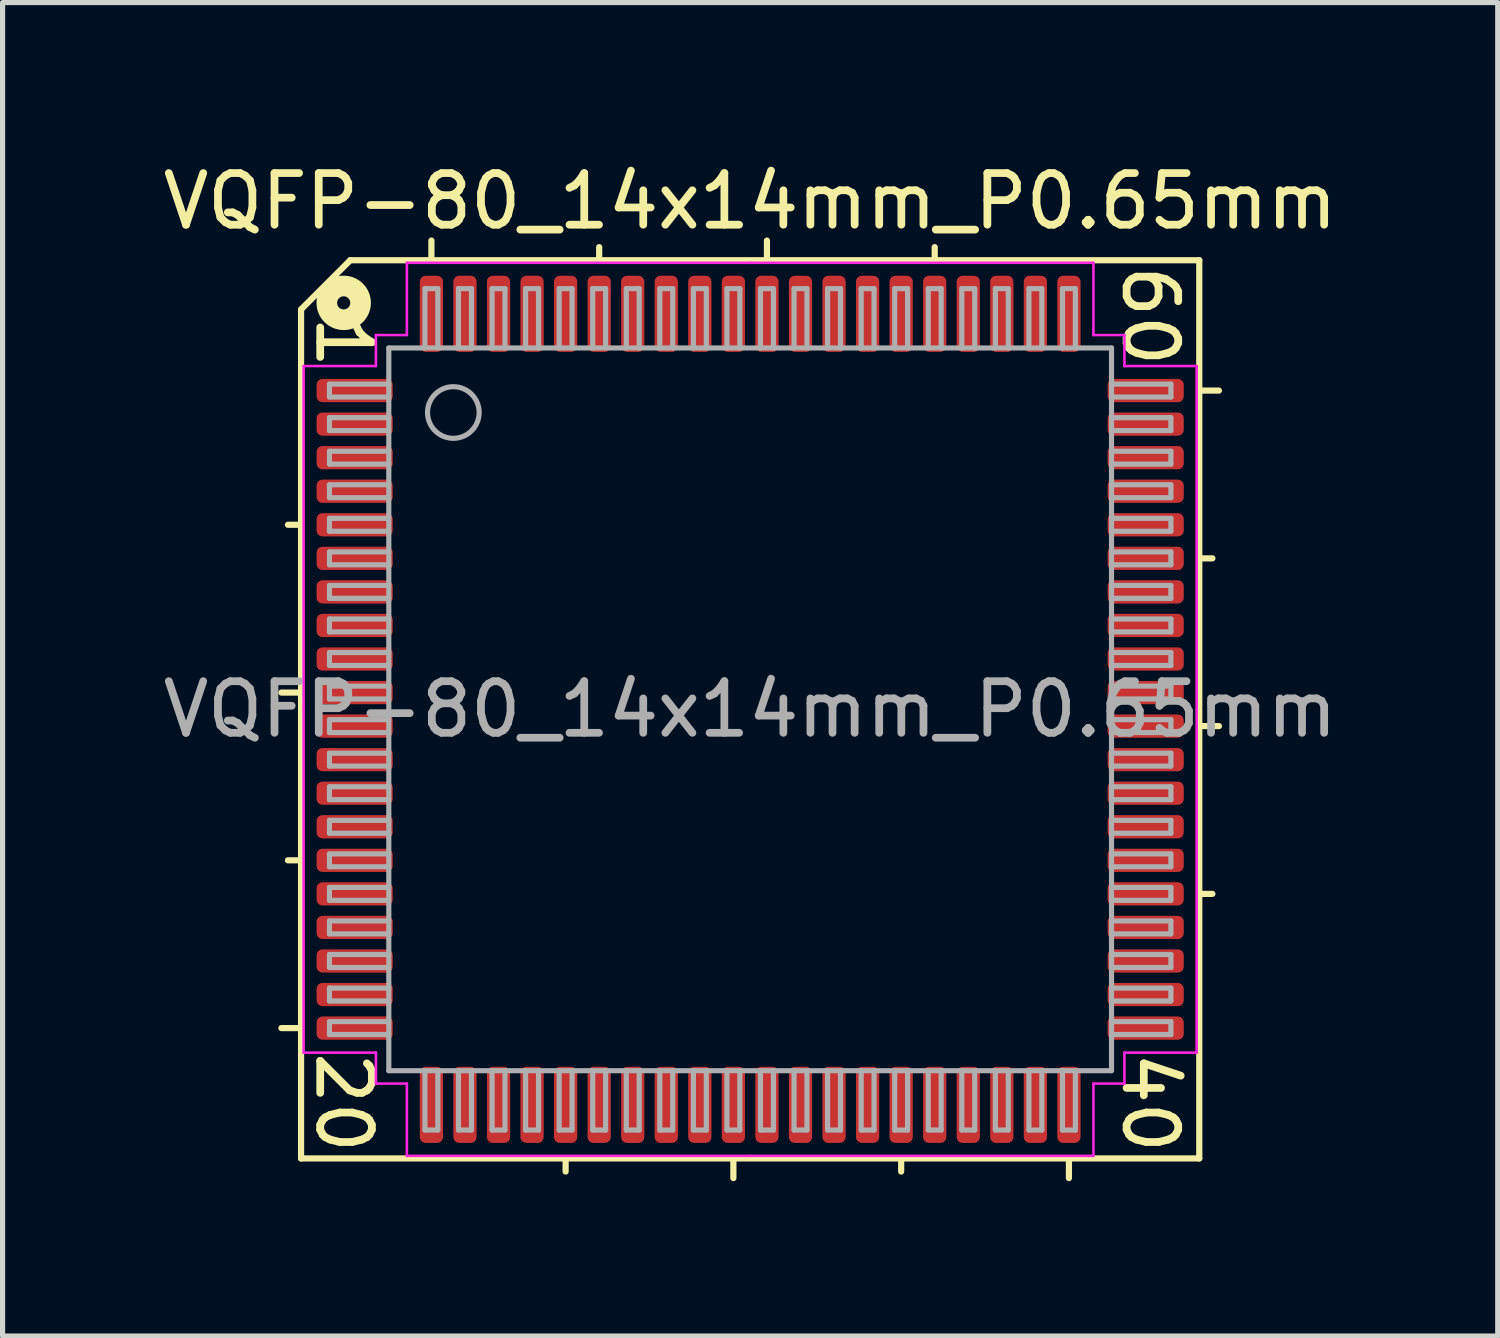
<source format=kicad_pcb>
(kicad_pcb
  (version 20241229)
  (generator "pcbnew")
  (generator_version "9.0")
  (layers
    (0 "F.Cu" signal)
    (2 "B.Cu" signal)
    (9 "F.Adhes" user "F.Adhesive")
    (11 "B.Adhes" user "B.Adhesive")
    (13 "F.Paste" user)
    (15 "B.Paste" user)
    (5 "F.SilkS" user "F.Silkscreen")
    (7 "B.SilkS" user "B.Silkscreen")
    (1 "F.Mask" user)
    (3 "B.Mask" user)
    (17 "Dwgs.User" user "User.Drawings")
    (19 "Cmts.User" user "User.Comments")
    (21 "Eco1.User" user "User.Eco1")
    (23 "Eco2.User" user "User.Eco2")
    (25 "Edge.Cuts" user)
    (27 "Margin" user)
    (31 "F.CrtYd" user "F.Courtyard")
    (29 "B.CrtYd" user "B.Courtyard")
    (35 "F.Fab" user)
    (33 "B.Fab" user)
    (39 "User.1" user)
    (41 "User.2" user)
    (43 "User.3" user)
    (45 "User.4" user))
  (footprint "VQFP-80_14x14mm_P0.65mm"
    (layer "F.Cu")
    (at 11.482 10.691)
    (property "Reference" "VQFP-80_14x14mm_P0.65mm" (at 0 -9.843 0) (layer "F.SilkS") (effects (font (size 1 1) (thickness 0.15))))
    (attr smd)
    (fp_line (start -8.7 -7.747) (end -8.7 8.7) (stroke (width 0.12) (type solid)) (layer "F.SilkS"))
    (fp_line (start -8.7 -3.575) (end -8.954 -3.575) (stroke (width 0.12) (type solid)) (layer "F.SilkS"))
    (fp_line (start -8.7 -0.325) (end -9.081 -0.325) (stroke (width 0.12) (type solid)) (layer "F.SilkS"))
    (fp_line (start -8.7 2.925) (end -8.954 2.925) (stroke (width 0.12) (type solid)) (layer "F.SilkS"))
    (fp_line (start -8.7 6.175) (end -9.081 6.175) (stroke (width 0.12) (type solid)) (layer "F.SilkS"))
    (fp_line (start -8.7 8.7) (end 8.7 8.7) (stroke (width 0.12) (type solid)) (layer "F.SilkS"))
    (fp_line (start -7.747 -8.7) (end -8.7 -7.747) (stroke (width 0.12) (type solid)) (layer "F.SilkS"))
    (fp_line (start -6.175 -8.7) (end -6.175 -9.081) (stroke (width 0.12) (type solid)) (layer "F.SilkS"))
    (fp_line (start -3.575 8.7) (end -3.575 8.954) (stroke (width 0.12) (type solid)) (layer "F.SilkS"))
    (fp_line (start -2.925 -8.7) (end -2.925 -8.954) (stroke (width 0.12) (type solid)) (layer "F.SilkS"))
    (fp_line (start -0.325 8.7) (end -0.325 9.081) (stroke (width 0.12) (type solid)) (layer "F.SilkS"))
    (fp_line (start 0.325 -8.7) (end 0.325 -9.081) (stroke (width 0.12) (type solid)) (layer "F.SilkS"))
    (fp_line (start 2.925 8.7) (end 2.925 8.954) (stroke (width 0.12) (type solid)) (layer "F.SilkS"))
    (fp_line (start 3.575 -8.7) (end 3.575 -8.954) (stroke (width 0.12) (type solid)) (layer "F.SilkS"))
    (fp_line (start 6.175 8.7) (end 6.175 9.081) (stroke (width 0.12) (type solid)) (layer "F.SilkS"))
    (fp_line (start 8.7 -8.7) (end -7.747 -8.7) (stroke (width 0.12) (type solid)) (layer "F.SilkS"))
    (fp_line (start 8.7 -6.175) (end 9.081 -6.175) (stroke (width 0.12) (type solid)) (layer "F.SilkS"))
    (fp_line (start 8.7 -2.925) (end 8.954 -2.925) (stroke (width 0.12) (type solid)) (layer "F.SilkS"))
    (fp_line (start 8.7 0.325) (end 9.081 0.325) (stroke (width 0.12) (type solid)) (layer "F.SilkS"))
    (fp_line (start 8.7 3.575) (end 8.954 3.575) (stroke (width 0.12) (type solid)) (layer "F.SilkS"))
    (fp_line (start 8.7 8.7) (end 8.7 -8.7) (stroke (width 0.12) (type solid)) (layer "F.SilkS"))
    (fp_circle (center -7.874 -7.874) (end -7.747 -7.874) (stroke (width 0.4) (type solid)) (fill no) (layer "F.SilkS"))
    (fp_line (start -8.65 -6.65) (end -8.65 0) (stroke (width 0.05) (type solid)) (layer "F.CrtYd"))
    (fp_line (start -8.65 6.65) (end -8.65 0) (stroke (width 0.05) (type solid)) (layer "F.CrtYd"))
    (fp_line (start -7.25 -7.25) (end -7.25 -6.65) (stroke (width 0.05) (type solid)) (layer "F.CrtYd"))
    (fp_line (start -7.25 -6.65) (end -8.65 -6.65) (stroke (width 0.05) (type solid)) (layer "F.CrtYd"))
    (fp_line (start -7.25 6.65) (end -8.65 6.65) (stroke (width 0.05) (type solid)) (layer "F.CrtYd"))
    (fp_line (start -7.25 7.25) (end -7.25 6.65) (stroke (width 0.05) (type solid)) (layer "F.CrtYd"))
    (fp_line (start -6.65 -8.65) (end -6.65 -7.25) (stroke (width 0.05) (type solid)) (layer "F.CrtYd"))
    (fp_line (start -6.65 -7.25) (end -7.25 -7.25) (stroke (width 0.05) (type solid)) (layer "F.CrtYd"))
    (fp_line (start -6.65 7.25) (end -7.25 7.25) (stroke (width 0.05) (type solid)) (layer "F.CrtYd"))
    (fp_line (start -6.65 8.65) (end -6.65 7.25) (stroke (width 0.05) (type solid)) (layer "F.CrtYd"))
    (fp_line (start 0 -8.65) (end -6.65 -8.65) (stroke (width 0.05) (type solid)) (layer "F.CrtYd"))
    (fp_line (start 0 -8.65) (end 6.65 -8.65) (stroke (width 0.05) (type solid)) (layer "F.CrtYd"))
    (fp_line (start 0 8.65) (end -6.65 8.65) (stroke (width 0.05) (type solid)) (layer "F.CrtYd"))
    (fp_line (start 0 8.65) (end 6.65 8.65) (stroke (width 0.05) (type solid)) (layer "F.CrtYd"))
    (fp_line (start 6.65 -8.65) (end 6.65 -7.25) (stroke (width 0.05) (type solid)) (layer "F.CrtYd"))
    (fp_line (start 6.65 -7.25) (end 7.25 -7.25) (stroke (width 0.05) (type solid)) (layer "F.CrtYd"))
    (fp_line (start 6.65 7.25) (end 7.25 7.25) (stroke (width 0.05) (type solid)) (layer "F.CrtYd"))
    (fp_line (start 6.65 8.65) (end 6.65 7.25) (stroke (width 0.05) (type solid)) (layer "F.CrtYd"))
    (fp_line (start 7.25 -7.25) (end 7.25 -6.65) (stroke (width 0.05) (type solid)) (layer "F.CrtYd"))
    (fp_line (start 7.25 -6.65) (end 8.65 -6.65) (stroke (width 0.05) (type solid)) (layer "F.CrtYd"))
    (fp_line (start 7.25 6.65) (end 8.65 6.65) (stroke (width 0.05) (type solid)) (layer "F.CrtYd"))
    (fp_line (start 7.25 7.25) (end 7.25 6.65) (stroke (width 0.05) (type solid)) (layer "F.CrtYd"))
    (fp_line (start 8.65 -6.65) (end 8.65 0) (stroke (width 0.05) (type solid)) (layer "F.CrtYd"))
    (fp_line (start 8.65 6.65) (end 8.65 0) (stroke (width 0.05) (type solid)) (layer "F.CrtYd"))
    (fp_line (start -8.15 -6.3) (end -8.15 -6.05) (stroke (width 0.1) (type solid)) (layer "F.Fab"))
    (fp_line (start -8.15 -6.3) (end -7 -6.3) (stroke (width 0.1) (type solid)) (layer "F.Fab"))
    (fp_line (start -8.15 -6.05) (end -7 -6.05) (stroke (width 0.1) (type solid)) (layer "F.Fab"))
    (fp_line (start -8.15 -5.65) (end -8.15 -5.4) (stroke (width 0.1) (type solid)) (layer "F.Fab"))
    (fp_line (start -8.15 -5.65) (end -7 -5.65) (stroke (width 0.1) (type solid)) (layer "F.Fab"))
    (fp_line (start -8.15 -5.4) (end -7 -5.4) (stroke (width 0.1) (type solid)) (layer "F.Fab"))
    (fp_line (start -8.15 -5) (end -8.15 -4.75) (stroke (width 0.1) (type solid)) (layer "F.Fab"))
    (fp_line (start -8.15 -5) (end -7 -5) (stroke (width 0.1) (type solid)) (layer "F.Fab"))
    (fp_line (start -8.15 -4.75) (end -7 -4.75) (stroke (width 0.1) (type solid)) (layer "F.Fab"))
    (fp_line (start -8.15 -4.35) (end -8.15 -4.1) (stroke (width 0.1) (type solid)) (layer "F.Fab"))
    (fp_line (start -8.15 -4.35) (end -7 -4.35) (stroke (width 0.1) (type solid)) (layer "F.Fab"))
    (fp_line (start -8.15 -4.1) (end -7 -4.1) (stroke (width 0.1) (type solid)) (layer "F.Fab"))
    (fp_line (start -8.15 -3.7) (end -8.15 -3.45) (stroke (width 0.1) (type solid)) (layer "F.Fab"))
    (fp_line (start -8.15 -3.7) (end -7 -3.7) (stroke (width 0.1) (type solid)) (layer "F.Fab"))
    (fp_line (start -8.15 -3.45) (end -7 -3.45) (stroke (width 0.1) (type solid)) (layer "F.Fab"))
    (fp_line (start -8.15 -3.05) (end -8.15 -2.8) (stroke (width 0.1) (type solid)) (layer "F.Fab"))
    (fp_line (start -8.15 -3.05) (end -7 -3.05) (stroke (width 0.1) (type solid)) (layer "F.Fab"))
    (fp_line (start -8.15 -2.8) (end -7 -2.8) (stroke (width 0.1) (type solid)) (layer "F.Fab"))
    (fp_line (start -8.15 -2.4) (end -8.15 -2.15) (stroke (width 0.1) (type solid)) (layer "F.Fab"))
    (fp_line (start -8.15 -2.4) (end -7 -2.4) (stroke (width 0.1) (type solid)) (layer "F.Fab"))
    (fp_line (start -8.15 -2.15) (end -7 -2.15) (stroke (width 0.1) (type solid)) (layer "F.Fab"))
    (fp_line (start -8.15 -1.75) (end -8.15 -1.5) (stroke (width 0.1) (type solid)) (layer "F.Fab"))
    (fp_line (start -8.15 -1.75) (end -7 -1.75) (stroke (width 0.1) (type solid)) (layer "F.Fab"))
    (fp_line (start -8.15 -1.5) (end -7 -1.5) (stroke (width 0.1) (type solid)) (layer "F.Fab"))
    (fp_line (start -8.15 -1.1) (end -8.15 -0.85) (stroke (width 0.1) (type solid)) (layer "F.Fab"))
    (fp_line (start -8.15 -1.1) (end -7 -1.1) (stroke (width 0.1) (type solid)) (layer "F.Fab"))
    (fp_line (start -8.15 -0.85) (end -7 -0.85) (stroke (width 0.1) (type solid)) (layer "F.Fab"))
    (fp_line (start -8.15 -0.45) (end -8.15 -0.2) (stroke (width 0.1) (type solid)) (layer "F.Fab"))
    (fp_line (start -8.15 -0.45) (end -7 -0.45) (stroke (width 0.1) (type solid)) (layer "F.Fab"))
    (fp_line (start -8.15 -0.2) (end -7 -0.2) (stroke (width 0.1) (type solid)) (layer "F.Fab"))
    (fp_line (start -8.15 0.2) (end -8.15 0.45) (stroke (width 0.1) (type solid)) (layer "F.Fab"))
    (fp_line (start -8.15 0.2) (end -7 0.2) (stroke (width 0.1) (type solid)) (layer "F.Fab"))
    (fp_line (start -8.15 0.45) (end -7 0.45) (stroke (width 0.1) (type solid)) (layer "F.Fab"))
    (fp_line (start -8.15 0.85) (end -8.15 1.1) (stroke (width 0.1) (type solid)) (layer "F.Fab"))
    (fp_line (start -8.15 0.85) (end -7 0.85) (stroke (width 0.1) (type solid)) (layer "F.Fab"))
    (fp_line (start -8.15 1.1) (end -7 1.1) (stroke (width 0.1) (type solid)) (layer "F.Fab"))
    (fp_line (start -8.15 1.5) (end -8.15 1.75) (stroke (width 0.1) (type solid)) (layer "F.Fab"))
    (fp_line (start -8.15 1.5) (end -7 1.5) (stroke (width 0.1) (type solid)) (layer "F.Fab"))
    (fp_line (start -8.15 1.75) (end -7 1.75) (stroke (width 0.1) (type solid)) (layer "F.Fab"))
    (fp_line (start -8.15 2.15) (end -8.15 2.4) (stroke (width 0.1) (type solid)) (layer "F.Fab"))
    (fp_line (start -8.15 2.15) (end -7 2.15) (stroke (width 0.1) (type solid)) (layer "F.Fab"))
    (fp_line (start -8.15 2.4) (end -7 2.4) (stroke (width 0.1) (type solid)) (layer "F.Fab"))
    (fp_line (start -8.15 2.8) (end -8.15 3.05) (stroke (width 0.1) (type solid)) (layer "F.Fab"))
    (fp_line (start -8.15 2.8) (end -7 2.8) (stroke (width 0.1) (type solid)) (layer "F.Fab"))
    (fp_line (start -8.15 3.05) (end -7 3.05) (stroke (width 0.1) (type solid)) (layer "F.Fab"))
    (fp_line (start -8.15 3.45) (end -8.15 3.7) (stroke (width 0.1) (type solid)) (layer "F.Fab"))
    (fp_line (start -8.15 3.45) (end -7 3.45) (stroke (width 0.1) (type solid)) (layer "F.Fab"))
    (fp_line (start -8.15 3.7) (end -7 3.7) (stroke (width 0.1) (type solid)) (layer "F.Fab"))
    (fp_line (start -8.15 4.1) (end -8.15 4.35) (stroke (width 0.1) (type solid)) (layer "F.Fab"))
    (fp_line (start -8.15 4.1) (end -7 4.1) (stroke (width 0.1) (type solid)) (layer "F.Fab"))
    (fp_line (start -8.15 4.35) (end -7 4.35) (stroke (width 0.1) (type solid)) (layer "F.Fab"))
    (fp_line (start -8.15 4.75) (end -8.15 5) (stroke (width 0.1) (type solid)) (layer "F.Fab"))
    (fp_line (start -8.15 4.75) (end -7 4.75) (stroke (width 0.1) (type solid)) (layer "F.Fab"))
    (fp_line (start -8.15 5) (end -7 5) (stroke (width 0.1) (type solid)) (layer "F.Fab"))
    (fp_line (start -8.15 5.4) (end -8.15 5.65) (stroke (width 0.1) (type solid)) (layer "F.Fab"))
    (fp_line (start -8.15 5.4) (end -7 5.4) (stroke (width 0.1) (type solid)) (layer "F.Fab"))
    (fp_line (start -8.15 5.65) (end -7 5.65) (stroke (width 0.1) (type solid)) (layer "F.Fab"))
    (fp_line (start -8.15 6.05) (end -8.15 6.3) (stroke (width 0.1) (type solid)) (layer "F.Fab"))
    (fp_line (start -8.15 6.05) (end -7 6.05) (stroke (width 0.1) (type solid)) (layer "F.Fab"))
    (fp_line (start -8.15 6.3) (end -7 6.3) (stroke (width 0.1) (type solid)) (layer "F.Fab"))
    (fp_line (start -7 -7) (end 7 -7) (stroke (width 0.1) (type solid)) (layer "F.Fab"))
    (fp_line (start -7 7) (end -7 -7) (stroke (width 0.1) (type solid)) (layer "F.Fab"))
    (fp_line (start -6.3 -8.15) (end -6.3 -7) (stroke (width 0.1) (type solid)) (layer "F.Fab"))
    (fp_line (start -6.3 8.15) (end -6.3 7) (stroke (width 0.1) (type solid)) (layer "F.Fab"))
    (fp_line (start -6.3 8.15) (end -6.05 8.15) (stroke (width 0.1) (type solid)) (layer "F.Fab"))
    (fp_line (start -6.05 -8.15) (end -6.3 -8.15) (stroke (width 0.1) (type solid)) (layer "F.Fab"))
    (fp_line (start -6.05 -8.15) (end -6.05 -7) (stroke (width 0.1) (type solid)) (layer "F.Fab"))
    (fp_line (start -6.05 8.15) (end -6.05 7) (stroke (width 0.1) (type solid)) (layer "F.Fab"))
    (fp_line (start -5.65 -8.15) (end -5.65 -7) (stroke (width 0.1) (type solid)) (layer "F.Fab"))
    (fp_line (start -5.65 8.15) (end -5.65 7) (stroke (width 0.1) (type solid)) (layer "F.Fab"))
    (fp_line (start -5.65 8.15) (end -5.4 8.15) (stroke (width 0.1) (type solid)) (layer "F.Fab"))
    (fp_line (start -5.4 -8.15) (end -5.65 -8.15) (stroke (width 0.1) (type solid)) (layer "F.Fab"))
    (fp_line (start -5.4 -8.15) (end -5.4 -7) (stroke (width 0.1) (type solid)) (layer "F.Fab"))
    (fp_line (start -5.4 8.15) (end -5.4 7) (stroke (width 0.1) (type solid)) (layer "F.Fab"))
    (fp_line (start -5 -8.15) (end -5 -7) (stroke (width 0.1) (type solid)) (layer "F.Fab"))
    (fp_line (start -5 8.15) (end -5 7) (stroke (width 0.1) (type solid)) (layer "F.Fab"))
    (fp_line (start -5 8.15) (end -4.75 8.15) (stroke (width 0.1) (type solid)) (layer "F.Fab"))
    (fp_line (start -4.75 -8.15) (end -5 -8.15) (stroke (width 0.1) (type solid)) (layer "F.Fab"))
    (fp_line (start -4.75 -8.15) (end -4.75 -7) (stroke (width 0.1) (type solid)) (layer "F.Fab"))
    (fp_line (start -4.75 8.15) (end -4.75 7) (stroke (width 0.1) (type solid)) (layer "F.Fab"))
    (fp_line (start -4.35 -8.15) (end -4.35 -7) (stroke (width 0.1) (type solid)) (layer "F.Fab"))
    (fp_line (start -4.35 8.15) (end -4.35 7) (stroke (width 0.1) (type solid)) (layer "F.Fab"))
    (fp_line (start -4.35 8.15) (end -4.1 8.15) (stroke (width 0.1) (type solid)) (layer "F.Fab"))
    (fp_line (start -4.1 -8.15) (end -4.35 -8.15) (stroke (width 0.1) (type solid)) (layer "F.Fab"))
    (fp_line (start -4.1 -8.15) (end -4.1 -7) (stroke (width 0.1) (type solid)) (layer "F.Fab"))
    (fp_line (start -4.1 8.15) (end -4.1 7) (stroke (width 0.1) (type solid)) (layer "F.Fab"))
    (fp_line (start -3.7 -8.15) (end -3.7 -7) (stroke (width 0.1) (type solid)) (layer "F.Fab"))
    (fp_line (start -3.7 8.15) (end -3.7 7) (stroke (width 0.1) (type solid)) (layer "F.Fab"))
    (fp_line (start -3.7 8.15) (end -3.45 8.15) (stroke (width 0.1) (type solid)) (layer "F.Fab"))
    (fp_line (start -3.45 -8.15) (end -3.7 -8.15) (stroke (width 0.1) (type solid)) (layer "F.Fab"))
    (fp_line (start -3.45 -8.15) (end -3.45 -7) (stroke (width 0.1) (type solid)) (layer "F.Fab"))
    (fp_line (start -3.45 8.15) (end -3.45 7) (stroke (width 0.1) (type solid)) (layer "F.Fab"))
    (fp_line (start -3.05 -8.15) (end -3.05 -7) (stroke (width 0.1) (type solid)) (layer "F.Fab"))
    (fp_line (start -3.05 8.15) (end -3.05 7) (stroke (width 0.1) (type solid)) (layer "F.Fab"))
    (fp_line (start -3.05 8.15) (end -2.8 8.15) (stroke (width 0.1) (type solid)) (layer "F.Fab"))
    (fp_line (start -2.8 -8.15) (end -3.05 -8.15) (stroke (width 0.1) (type solid)) (layer "F.Fab"))
    (fp_line (start -2.8 -8.15) (end -2.8 -7) (stroke (width 0.1) (type solid)) (layer "F.Fab"))
    (fp_line (start -2.8 8.15) (end -2.8 7) (stroke (width 0.1) (type solid)) (layer "F.Fab"))
    (fp_line (start -2.4 -8.15) (end -2.4 -7) (stroke (width 0.1) (type solid)) (layer "F.Fab"))
    (fp_line (start -2.4 8.15) (end -2.4 7) (stroke (width 0.1) (type solid)) (layer "F.Fab"))
    (fp_line (start -2.4 8.15) (end -2.15 8.15) (stroke (width 0.1) (type solid)) (layer "F.Fab"))
    (fp_line (start -2.15 -8.15) (end -2.4 -8.15) (stroke (width 0.1) (type solid)) (layer "F.Fab"))
    (fp_line (start -2.15 -8.15) (end -2.15 -7) (stroke (width 0.1) (type solid)) (layer "F.Fab"))
    (fp_line (start -2.15 8.15) (end -2.15 7) (stroke (width 0.1) (type solid)) (layer "F.Fab"))
    (fp_line (start -1.75 -8.15) (end -1.75 -7) (stroke (width 0.1) (type solid)) (layer "F.Fab"))
    (fp_line (start -1.75 8.15) (end -1.75 7) (stroke (width 0.1) (type solid)) (layer "F.Fab"))
    (fp_line (start -1.75 8.15) (end -1.5 8.15) (stroke (width 0.1) (type solid)) (layer "F.Fab"))
    (fp_line (start -1.5 -8.15) (end -1.75 -8.15) (stroke (width 0.1) (type solid)) (layer "F.Fab"))
    (fp_line (start -1.5 -8.15) (end -1.5 -7) (stroke (width 0.1) (type solid)) (layer "F.Fab"))
    (fp_line (start -1.5 8.15) (end -1.5 7) (stroke (width 0.1) (type solid)) (layer "F.Fab"))
    (fp_line (start -1.1 -8.15) (end -1.1 -7) (stroke (width 0.1) (type solid)) (layer "F.Fab"))
    (fp_line (start -1.1 8.15) (end -1.1 7) (stroke (width 0.1) (type solid)) (layer "F.Fab"))
    (fp_line (start -1.1 8.15) (end -0.85 8.15) (stroke (width 0.1) (type solid)) (layer "F.Fab"))
    (fp_line (start -0.85 -8.15) (end -1.1 -8.15) (stroke (width 0.1) (type solid)) (layer "F.Fab"))
    (fp_line (start -0.85 -8.15) (end -0.85 -7) (stroke (width 0.1) (type solid)) (layer "F.Fab"))
    (fp_line (start -0.85 8.15) (end -0.85 7) (stroke (width 0.1) (type solid)) (layer "F.Fab"))
    (fp_line (start -0.45 -8.15) (end -0.45 -7) (stroke (width 0.1) (type solid)) (layer "F.Fab"))
    (fp_line (start -0.45 8.15) (end -0.45 7) (stroke (width 0.1) (type solid)) (layer "F.Fab"))
    (fp_line (start -0.45 8.15) (end -0.2 8.15) (stroke (width 0.1) (type solid)) (layer "F.Fab"))
    (fp_line (start -0.2 -8.15) (end -0.45 -8.15) (stroke (width 0.1) (type solid)) (layer "F.Fab"))
    (fp_line (start -0.2 -8.15) (end -0.2 -7) (stroke (width 0.1) (type solid)) (layer "F.Fab"))
    (fp_line (start -0.2 8.15) (end -0.2 7) (stroke (width 0.1) (type solid)) (layer "F.Fab"))
    (fp_line (start 0.2 -8.15) (end 0.2 -7) (stroke (width 0.1) (type solid)) (layer "F.Fab"))
    (fp_line (start 0.2 8.15) (end 0.2 7) (stroke (width 0.1) (type solid)) (layer "F.Fab"))
    (fp_line (start 0.2 8.15) (end 0.45 8.15) (stroke (width 0.1) (type solid)) (layer "F.Fab"))
    (fp_line (start 0.45 -8.15) (end 0.2 -8.15) (stroke (width 0.1) (type solid)) (layer "F.Fab"))
    (fp_line (start 0.45 -8.15) (end 0.45 -7) (stroke (width 0.1) (type solid)) (layer "F.Fab"))
    (fp_line (start 0.45 8.15) (end 0.45 7) (stroke (width 0.1) (type solid)) (layer "F.Fab"))
    (fp_line (start 0.85 -8.15) (end 0.85 -7) (stroke (width 0.1) (type solid)) (layer "F.Fab"))
    (fp_line (start 0.85 8.15) (end 0.85 7) (stroke (width 0.1) (type solid)) (layer "F.Fab"))
    (fp_line (start 0.85 8.15) (end 1.1 8.15) (stroke (width 0.1) (type solid)) (layer "F.Fab"))
    (fp_line (start 1.1 -8.15) (end 0.85 -8.15) (stroke (width 0.1) (type solid)) (layer "F.Fab"))
    (fp_line (start 1.1 -8.15) (end 1.1 -7) (stroke (width 0.1) (type solid)) (layer "F.Fab"))
    (fp_line (start 1.1 8.15) (end 1.1 7) (stroke (width 0.1) (type solid)) (layer "F.Fab"))
    (fp_line (start 1.5 -8.15) (end 1.5 -7) (stroke (width 0.1) (type solid)) (layer "F.Fab"))
    (fp_line (start 1.5 8.15) (end 1.5 7) (stroke (width 0.1) (type solid)) (layer "F.Fab"))
    (fp_line (start 1.5 8.15) (end 1.75 8.15) (stroke (width 0.1) (type solid)) (layer "F.Fab"))
    (fp_line (start 1.75 -8.15) (end 1.5 -8.15) (stroke (width 0.1) (type solid)) (layer "F.Fab"))
    (fp_line (start 1.75 -8.15) (end 1.75 -7) (stroke (width 0.1) (type solid)) (layer "F.Fab"))
    (fp_line (start 1.75 8.15) (end 1.75 7) (stroke (width 0.1) (type solid)) (layer "F.Fab"))
    (fp_line (start 2.15 -8.15) (end 2.15 -7) (stroke (width 0.1) (type solid)) (layer "F.Fab"))
    (fp_line (start 2.15 8.15) (end 2.15 7) (stroke (width 0.1) (type solid)) (layer "F.Fab"))
    (fp_line (start 2.15 8.15) (end 2.4 8.15) (stroke (width 0.1) (type solid)) (layer "F.Fab"))
    (fp_line (start 2.4 -8.15) (end 2.15 -8.15) (stroke (width 0.1) (type solid)) (layer "F.Fab"))
    (fp_line (start 2.4 -8.15) (end 2.4 -7) (stroke (width 0.1) (type solid)) (layer "F.Fab"))
    (fp_line (start 2.4 8.15) (end 2.4 7) (stroke (width 0.1) (type solid)) (layer "F.Fab"))
    (fp_line (start 2.8 -8.15) (end 2.8 -7) (stroke (width 0.1) (type solid)) (layer "F.Fab"))
    (fp_line (start 2.8 8.15) (end 2.8 7) (stroke (width 0.1) (type solid)) (layer "F.Fab"))
    (fp_line (start 2.8 8.15) (end 3.05 8.15) (stroke (width 0.1) (type solid)) (layer "F.Fab"))
    (fp_line (start 3.05 -8.15) (end 2.8 -8.15) (stroke (width 0.1) (type solid)) (layer "F.Fab"))
    (fp_line (start 3.05 -8.15) (end 3.05 -7) (stroke (width 0.1) (type solid)) (layer "F.Fab"))
    (fp_line (start 3.05 8.15) (end 3.05 7) (stroke (width 0.1) (type solid)) (layer "F.Fab"))
    (fp_line (start 3.45 -8.15) (end 3.45 -7) (stroke (width 0.1) (type solid)) (layer "F.Fab"))
    (fp_line (start 3.45 8.15) (end 3.45 7) (stroke (width 0.1) (type solid)) (layer "F.Fab"))
    (fp_line (start 3.45 8.15) (end 3.7 8.15) (stroke (width 0.1) (type solid)) (layer "F.Fab"))
    (fp_line (start 3.7 -8.15) (end 3.45 -8.15) (stroke (width 0.1) (type solid)) (layer "F.Fab"))
    (fp_line (start 3.7 -8.15) (end 3.7 -7) (stroke (width 0.1) (type solid)) (layer "F.Fab"))
    (fp_line (start 3.7 8.15) (end 3.7 7) (stroke (width 0.1) (type solid)) (layer "F.Fab"))
    (fp_line (start 4.1 -8.15) (end 4.1 -7) (stroke (width 0.1) (type solid)) (layer "F.Fab"))
    (fp_line (start 4.1 8.15) (end 4.1 7) (stroke (width 0.1) (type solid)) (layer "F.Fab"))
    (fp_line (start 4.1 8.15) (end 4.35 8.15) (stroke (width 0.1) (type solid)) (layer "F.Fab"))
    (fp_line (start 4.35 -8.15) (end 4.1 -8.15) (stroke (width 0.1) (type solid)) (layer "F.Fab"))
    (fp_line (start 4.35 -8.15) (end 4.35 -7) (stroke (width 0.1) (type solid)) (layer "F.Fab"))
    (fp_line (start 4.35 8.15) (end 4.35 7) (stroke (width 0.1) (type solid)) (layer "F.Fab"))
    (fp_line (start 4.75 -8.15) (end 4.75 -7) (stroke (width 0.1) (type solid)) (layer "F.Fab"))
    (fp_line (start 4.75 8.15) (end 4.75 7) (stroke (width 0.1) (type solid)) (layer "F.Fab"))
    (fp_line (start 4.75 8.15) (end 5 8.15) (stroke (width 0.1) (type solid)) (layer "F.Fab"))
    (fp_line (start 5 -8.15) (end 4.75 -8.15) (stroke (width 0.1) (type solid)) (layer "F.Fab"))
    (fp_line (start 5 -8.15) (end 5 -7) (stroke (width 0.1) (type solid)) (layer "F.Fab"))
    (fp_line (start 5 8.15) (end 5 7) (stroke (width 0.1) (type solid)) (layer "F.Fab"))
    (fp_line (start 5.4 -8.15) (end 5.4 -7) (stroke (width 0.1) (type solid)) (layer "F.Fab"))
    (fp_line (start 5.4 8.15) (end 5.4 7) (stroke (width 0.1) (type solid)) (layer "F.Fab"))
    (fp_line (start 5.4 8.15) (end 5.65 8.15) (stroke (width 0.1) (type solid)) (layer "F.Fab"))
    (fp_line (start 5.65 -8.15) (end 5.4 -8.15) (stroke (width 0.1) (type solid)) (layer "F.Fab"))
    (fp_line (start 5.65 -8.15) (end 5.65 -7) (stroke (width 0.1) (type solid)) (layer "F.Fab"))
    (fp_line (start 5.65 8.15) (end 5.65 7) (stroke (width 0.1) (type solid)) (layer "F.Fab"))
    (fp_line (start 6.05 -8.15) (end 6.05 -7) (stroke (width 0.1) (type solid)) (layer "F.Fab"))
    (fp_line (start 6.05 8.15) (end 6.05 7) (stroke (width 0.1) (type solid)) (layer "F.Fab"))
    (fp_line (start 6.05 8.15) (end 6.3 8.15) (stroke (width 0.1) (type solid)) (layer "F.Fab"))
    (fp_line (start 6.3 -8.15) (end 6.05 -8.15) (stroke (width 0.1) (type solid)) (layer "F.Fab"))
    (fp_line (start 6.3 -8.15) (end 6.3 -7) (stroke (width 0.1) (type solid)) (layer "F.Fab"))
    (fp_line (start 6.3 8.15) (end 6.3 7) (stroke (width 0.1) (type solid)) (layer "F.Fab"))
    (fp_line (start 7 -7) (end 7 7) (stroke (width 0.1) (type solid)) (layer "F.Fab"))
    (fp_line (start 7 7) (end -7 7) (stroke (width 0.1) (type solid)) (layer "F.Fab"))
    (fp_line (start 8.15 -6.3) (end 7 -6.3) (stroke (width 0.1) (type solid)) (layer "F.Fab"))
    (fp_line (start 8.15 -6.05) (end 7 -6.05) (stroke (width 0.1) (type solid)) (layer "F.Fab"))
    (fp_line (start 8.15 -6.05) (end 8.15 -6.3) (stroke (width 0.1) (type solid)) (layer "F.Fab"))
    (fp_line (start 8.15 -5.65) (end 7 -5.65) (stroke (width 0.1) (type solid)) (layer "F.Fab"))
    (fp_line (start 8.15 -5.4) (end 7 -5.4) (stroke (width 0.1) (type solid)) (layer "F.Fab"))
    (fp_line (start 8.15 -5.4) (end 8.15 -5.65) (stroke (width 0.1) (type solid)) (layer "F.Fab"))
    (fp_line (start 8.15 -5) (end 7 -5) (stroke (width 0.1) (type solid)) (layer "F.Fab"))
    (fp_line (start 8.15 -4.75) (end 7 -4.75) (stroke (width 0.1) (type solid)) (layer "F.Fab"))
    (fp_line (start 8.15 -4.75) (end 8.15 -5) (stroke (width 0.1) (type solid)) (layer "F.Fab"))
    (fp_line (start 8.15 -4.35) (end 7 -4.35) (stroke (width 0.1) (type solid)) (layer "F.Fab"))
    (fp_line (start 8.15 -4.1) (end 7 -4.1) (stroke (width 0.1) (type solid)) (layer "F.Fab"))
    (fp_line (start 8.15 -4.1) (end 8.15 -4.35) (stroke (width 0.1) (type solid)) (layer "F.Fab"))
    (fp_line (start 8.15 -3.7) (end 7 -3.7) (stroke (width 0.1) (type solid)) (layer "F.Fab"))
    (fp_line (start 8.15 -3.45) (end 7 -3.45) (stroke (width 0.1) (type solid)) (layer "F.Fab"))
    (fp_line (start 8.15 -3.45) (end 8.15 -3.7) (stroke (width 0.1) (type solid)) (layer "F.Fab"))
    (fp_line (start 8.15 -3.05) (end 7 -3.05) (stroke (width 0.1) (type solid)) (layer "F.Fab"))
    (fp_line (start 8.15 -2.8) (end 7 -2.8) (stroke (width 0.1) (type solid)) (layer "F.Fab"))
    (fp_line (start 8.15 -2.8) (end 8.15 -3.05) (stroke (width 0.1) (type solid)) (layer "F.Fab"))
    (fp_line (start 8.15 -2.4) (end 7 -2.4) (stroke (width 0.1) (type solid)) (layer "F.Fab"))
    (fp_line (start 8.15 -2.15) (end 7 -2.15) (stroke (width 0.1) (type solid)) (layer "F.Fab"))
    (fp_line (start 8.15 -2.15) (end 8.15 -2.4) (stroke (width 0.1) (type solid)) (layer "F.Fab"))
    (fp_line (start 8.15 -1.75) (end 7 -1.75) (stroke (width 0.1) (type solid)) (layer "F.Fab"))
    (fp_line (start 8.15 -1.5) (end 7 -1.5) (stroke (width 0.1) (type solid)) (layer "F.Fab"))
    (fp_line (start 8.15 -1.5) (end 8.15 -1.75) (stroke (width 0.1) (type solid)) (layer "F.Fab"))
    (fp_line (start 8.15 -1.1) (end 7 -1.1) (stroke (width 0.1) (type solid)) (layer "F.Fab"))
    (fp_line (start 8.15 -0.85) (end 7 -0.85) (stroke (width 0.1) (type solid)) (layer "F.Fab"))
    (fp_line (start 8.15 -0.85) (end 8.15 -1.1) (stroke (width 0.1) (type solid)) (layer "F.Fab"))
    (fp_line (start 8.15 -0.45) (end 7 -0.45) (stroke (width 0.1) (type solid)) (layer "F.Fab"))
    (fp_line (start 8.15 -0.2) (end 7 -0.2) (stroke (width 0.1) (type solid)) (layer "F.Fab"))
    (fp_line (start 8.15 -0.2) (end 8.15 -0.45) (stroke (width 0.1) (type solid)) (layer "F.Fab"))
    (fp_line (start 8.15 0.2) (end 7 0.2) (stroke (width 0.1) (type solid)) (layer "F.Fab"))
    (fp_line (start 8.15 0.45) (end 7 0.45) (stroke (width 0.1) (type solid)) (layer "F.Fab"))
    (fp_line (start 8.15 0.45) (end 8.15 0.2) (stroke (width 0.1) (type solid)) (layer "F.Fab"))
    (fp_line (start 8.15 0.85) (end 7 0.85) (stroke (width 0.1) (type solid)) (layer "F.Fab"))
    (fp_line (start 8.15 1.1) (end 7 1.1) (stroke (width 0.1) (type solid)) (layer "F.Fab"))
    (fp_line (start 8.15 1.1) (end 8.15 0.85) (stroke (width 0.1) (type solid)) (layer "F.Fab"))
    (fp_line (start 8.15 1.5) (end 7 1.5) (stroke (width 0.1) (type solid)) (layer "F.Fab"))
    (fp_line (start 8.15 1.75) (end 7 1.75) (stroke (width 0.1) (type solid)) (layer "F.Fab"))
    (fp_line (start 8.15 1.75) (end 8.15 1.5) (stroke (width 0.1) (type solid)) (layer "F.Fab"))
    (fp_line (start 8.15 2.15) (end 7 2.15) (stroke (width 0.1) (type solid)) (layer "F.Fab"))
    (fp_line (start 8.15 2.4) (end 7 2.4) (stroke (width 0.1) (type solid)) (layer "F.Fab"))
    (fp_line (start 8.15 2.4) (end 8.15 2.15) (stroke (width 0.1) (type solid)) (layer "F.Fab"))
    (fp_line (start 8.15 2.8) (end 7 2.8) (stroke (width 0.1) (type solid)) (layer "F.Fab"))
    (fp_line (start 8.15 3.05) (end 7 3.05) (stroke (width 0.1) (type solid)) (layer "F.Fab"))
    (fp_line (start 8.15 3.05) (end 8.15 2.8) (stroke (width 0.1) (type solid)) (layer "F.Fab"))
    (fp_line (start 8.15 3.45) (end 7 3.45) (stroke (width 0.1) (type solid)) (layer "F.Fab"))
    (fp_line (start 8.15 3.7) (end 7 3.7) (stroke (width 0.1) (type solid)) (layer "F.Fab"))
    (fp_line (start 8.15 3.7) (end 8.15 3.45) (stroke (width 0.1) (type solid)) (layer "F.Fab"))
    (fp_line (start 8.15 4.1) (end 7 4.1) (stroke (width 0.1) (type solid)) (layer "F.Fab"))
    (fp_line (start 8.15 4.35) (end 7 4.35) (stroke (width 0.1) (type solid)) (layer "F.Fab"))
    (fp_line (start 8.15 4.35) (end 8.15 4.1) (stroke (width 0.1) (type solid)) (layer "F.Fab"))
    (fp_line (start 8.15 4.75) (end 7 4.75) (stroke (width 0.1) (type solid)) (layer "F.Fab"))
    (fp_line (start 8.15 5) (end 7 5) (stroke (width 0.1) (type solid)) (layer "F.Fab"))
    (fp_line (start 8.15 5) (end 8.15 4.75) (stroke (width 0.1) (type solid)) (layer "F.Fab"))
    (fp_line (start 8.15 5.4) (end 7 5.4) (stroke (width 0.1) (type solid)) (layer "F.Fab"))
    (fp_line (start 8.15 5.65) (end 7 5.65) (stroke (width 0.1) (type solid)) (layer "F.Fab"))
    (fp_line (start 8.15 5.65) (end 8.15 5.4) (stroke (width 0.1) (type solid)) (layer "F.Fab"))
    (fp_line (start 8.15 6.05) (end 7 6.05) (stroke (width 0.1) (type solid)) (layer "F.Fab"))
    (fp_line (start 8.15 6.3) (end 7 6.3) (stroke (width 0.1) (type solid)) (layer "F.Fab"))
    (fp_line (start 8.15 6.3) (end 8.15 6.05) (stroke (width 0.1) (type solid)) (layer "F.Fab"))
    (fp_circle (center -5.75 -5.75) (end -5.25 -5.75) (stroke (width 0.1) (type solid)) (fill no) (layer "F.Fab"))
    (fp_text user "20" (at -7.874 7.62 270) (unlocked yes) (layer "F.SilkS") (effects (font (size 1 1) (thickness 0.15))))
    (fp_text user "60" (at 7.747 -7.62 270) (unlocked yes) (layer "F.SilkS") (effects (font (size 1 1) (thickness 0.15))))
    (fp_text user "1" (at -7.874 -7.112 270) (unlocked yes) (layer "F.SilkS") (effects (font (size 1 1) (thickness 0.15))))
    (fp_text user "40" (at 7.747 7.62 270) (unlocked yes) (layer "F.SilkS") (effects (font (size 1 1) (thickness 0.15))))
    (fp_text user "${REFERENCE}" (at 0 0 0) (layer "F.Fab") (effects (font (size 1 1) (thickness 0.15))))
    (pad "1" smd roundrect (at -7.662 -6.175) (size 1.475 0.45) (layers "F.Cu" "F.Mask" "F.Paste") (roundrect_rratio 0.25))
    (pad "2" smd roundrect (at -7.662 -5.525) (size 1.475 0.45) (layers "F.Cu" "F.Mask" "F.Paste") (roundrect_rratio 0.25))
    (pad "3" smd roundrect (at -7.662 -4.875) (size 1.475 0.45) (layers "F.Cu" "F.Mask" "F.Paste") (roundrect_rratio 0.25))
    (pad "4" smd roundrect (at -7.662 -4.225) (size 1.475 0.45) (layers "F.Cu" "F.Mask" "F.Paste") (roundrect_rratio 0.25))
    (pad "5" smd roundrect (at -7.662 -3.575) (size 1.475 0.45) (layers "F.Cu" "F.Mask" "F.Paste") (roundrect_rratio 0.25))
    (pad "6" smd roundrect (at -7.662 -2.925) (size 1.475 0.45) (layers "F.Cu" "F.Mask" "F.Paste") (roundrect_rratio 0.25))
    (pad "7" smd roundrect (at -7.662 -2.275) (size 1.475 0.45) (layers "F.Cu" "F.Mask" "F.Paste") (roundrect_rratio 0.25))
    (pad "8" smd roundrect (at -7.662 -1.625) (size 1.475 0.45) (layers "F.Cu" "F.Mask" "F.Paste") (roundrect_rratio 0.25))
    (pad "9" smd roundrect (at -7.662 -0.975) (size 1.475 0.45) (layers "F.Cu" "F.Mask" "F.Paste") (roundrect_rratio 0.25))
    (pad "10" smd roundrect (at -7.662 -0.325) (size 1.475 0.45) (layers "F.Cu" "F.Mask" "F.Paste") (roundrect_rratio 0.25))
    (pad "11" smd roundrect (at -7.662 0.325) (size 1.475 0.45) (layers "F.Cu" "F.Mask" "F.Paste") (roundrect_rratio 0.25))
    (pad "12" smd roundrect (at -7.662 0.975) (size 1.475 0.45) (layers "F.Cu" "F.Mask" "F.Paste") (roundrect_rratio 0.25))
    (pad "13" smd roundrect (at -7.662 1.625) (size 1.475 0.45) (layers "F.Cu" "F.Mask" "F.Paste") (roundrect_rratio 0.25))
    (pad "14" smd roundrect (at -7.662 2.275) (size 1.475 0.45) (layers "F.Cu" "F.Mask" "F.Paste") (roundrect_rratio 0.25))
    (pad "15" smd roundrect (at -7.662 2.925) (size 1.475 0.45) (layers "F.Cu" "F.Mask" "F.Paste") (roundrect_rratio 0.25))
    (pad "16" smd roundrect (at -7.662 3.575) (size 1.475 0.45) (layers "F.Cu" "F.Mask" "F.Paste") (roundrect_rratio 0.25))
    (pad "17" smd roundrect (at -7.662 4.225) (size 1.475 0.45) (layers "F.Cu" "F.Mask" "F.Paste") (roundrect_rratio 0.25))
    (pad "18" smd roundrect (at -7.662 4.875) (size 1.475 0.45) (layers "F.Cu" "F.Mask" "F.Paste") (roundrect_rratio 0.25))
    (pad "19" smd roundrect (at -7.662 5.525) (size 1.475 0.45) (layers "F.Cu" "F.Mask" "F.Paste") (roundrect_rratio 0.25))
    (pad "20" smd roundrect (at -7.662 6.175) (size 1.475 0.45) (layers "F.Cu" "F.Mask" "F.Paste") (roundrect_rratio 0.25))
    (pad "21" smd roundrect (at -6.175 7.662) (size 0.45 1.475) (layers "F.Cu" "F.Mask" "F.Paste") (roundrect_rratio 0.25))
    (pad "22" smd roundrect (at -5.525 7.662) (size 0.45 1.475) (layers "F.Cu" "F.Mask" "F.Paste") (roundrect_rratio 0.25))
    (pad "23" smd roundrect (at -4.875 7.662) (size 0.45 1.475) (layers "F.Cu" "F.Mask" "F.Paste") (roundrect_rratio 0.25))
    (pad "24" smd roundrect (at -4.225 7.662) (size 0.45 1.475) (layers "F.Cu" "F.Mask" "F.Paste") (roundrect_rratio 0.25))
    (pad "25" smd roundrect (at -3.575 7.662) (size 0.45 1.475) (layers "F.Cu" "F.Mask" "F.Paste") (roundrect_rratio 0.25))
    (pad "26" smd roundrect (at -2.925 7.662) (size 0.45 1.475) (layers "F.Cu" "F.Mask" "F.Paste") (roundrect_rratio 0.25))
    (pad "27" smd roundrect (at -2.275 7.662) (size 0.45 1.475) (layers "F.Cu" "F.Mask" "F.Paste") (roundrect_rratio 0.25))
    (pad "28" smd roundrect (at -1.625 7.662) (size 0.45 1.475) (layers "F.Cu" "F.Mask" "F.Paste") (roundrect_rratio 0.25))
    (pad "29" smd roundrect (at -0.975 7.662) (size 0.45 1.475) (layers "F.Cu" "F.Mask" "F.Paste") (roundrect_rratio 0.25))
    (pad "30" smd roundrect (at -0.325 7.662) (size 0.45 1.475) (layers "F.Cu" "F.Mask" "F.Paste") (roundrect_rratio 0.25))
    (pad "31" smd roundrect (at 0.325 7.662) (size 0.45 1.475) (layers "F.Cu" "F.Mask" "F.Paste") (roundrect_rratio 0.25))
    (pad "32" smd roundrect (at 0.975 7.662) (size 0.45 1.475) (layers "F.Cu" "F.Mask" "F.Paste") (roundrect_rratio 0.25))
    (pad "33" smd roundrect (at 1.625 7.662) (size 0.45 1.475) (layers "F.Cu" "F.Mask" "F.Paste") (roundrect_rratio 0.25))
    (pad "34" smd roundrect (at 2.275 7.662) (size 0.45 1.475) (layers "F.Cu" "F.Mask" "F.Paste") (roundrect_rratio 0.25))
    (pad "35" smd roundrect (at 2.925 7.662) (size 0.45 1.475) (layers "F.Cu" "F.Mask" "F.Paste") (roundrect_rratio 0.25))
    (pad "36" smd roundrect (at 3.575 7.662) (size 0.45 1.475) (layers "F.Cu" "F.Mask" "F.Paste") (roundrect_rratio 0.25))
    (pad "37" smd roundrect (at 4.225 7.662) (size 0.45 1.475) (layers "F.Cu" "F.Mask" "F.Paste") (roundrect_rratio 0.25))
    (pad "38" smd roundrect (at 4.875 7.662) (size 0.45 1.475) (layers "F.Cu" "F.Mask" "F.Paste") (roundrect_rratio 0.25))
    (pad "39" smd roundrect (at 5.525 7.662) (size 0.45 1.475) (layers "F.Cu" "F.Mask" "F.Paste") (roundrect_rratio 0.25))
    (pad "40" smd roundrect (at 6.175 7.662) (size 0.45 1.475) (layers "F.Cu" "F.Mask" "F.Paste") (roundrect_rratio 0.25))
    (pad "41" smd roundrect (at 7.662 6.175) (size 1.475 0.45) (layers "F.Cu" "F.Mask" "F.Paste") (roundrect_rratio 0.25))
    (pad "42" smd roundrect (at 7.662 5.525) (size 1.475 0.45) (layers "F.Cu" "F.Mask" "F.Paste") (roundrect_rratio 0.25))
    (pad "43" smd roundrect (at 7.662 4.875) (size 1.475 0.45) (layers "F.Cu" "F.Mask" "F.Paste") (roundrect_rratio 0.25))
    (pad "44" smd roundrect (at 7.662 4.225) (size 1.475 0.45) (layers "F.Cu" "F.Mask" "F.Paste") (roundrect_rratio 0.25))
    (pad "45" smd roundrect (at 7.662 3.575) (size 1.475 0.45) (layers "F.Cu" "F.Mask" "F.Paste") (roundrect_rratio 0.25))
    (pad "46" smd roundrect (at 7.662 2.925) (size 1.475 0.45) (layers "F.Cu" "F.Mask" "F.Paste") (roundrect_rratio 0.25))
    (pad "47" smd roundrect (at 7.662 2.275) (size 1.475 0.45) (layers "F.Cu" "F.Mask" "F.Paste") (roundrect_rratio 0.25))
    (pad "48" smd roundrect (at 7.662 1.625) (size 1.475 0.45) (layers "F.Cu" "F.Mask" "F.Paste") (roundrect_rratio 0.25))
    (pad "49" smd roundrect (at 7.662 0.975) (size 1.475 0.45) (layers "F.Cu" "F.Mask" "F.Paste") (roundrect_rratio 0.25))
    (pad "50" smd roundrect (at 7.662 0.325) (size 1.475 0.45) (layers "F.Cu" "F.Mask" "F.Paste") (roundrect_rratio 0.25))
    (pad "51" smd roundrect (at 7.662 -0.325) (size 1.475 0.45) (layers "F.Cu" "F.Mask" "F.Paste") (roundrect_rratio 0.25))
    (pad "52" smd roundrect (at 7.662 -0.975) (size 1.475 0.45) (layers "F.Cu" "F.Mask" "F.Paste") (roundrect_rratio 0.25))
    (pad "53" smd roundrect (at 7.662 -1.625) (size 1.475 0.45) (layers "F.Cu" "F.Mask" "F.Paste") (roundrect_rratio 0.25))
    (pad "54" smd roundrect (at 7.662 -2.275) (size 1.475 0.45) (layers "F.Cu" "F.Mask" "F.Paste") (roundrect_rratio 0.25))
    (pad "55" smd roundrect (at 7.662 -2.925) (size 1.475 0.45) (layers "F.Cu" "F.Mask" "F.Paste") (roundrect_rratio 0.25))
    (pad "56" smd roundrect (at 7.662 -3.575) (size 1.475 0.45) (layers "F.Cu" "F.Mask" "F.Paste") (roundrect_rratio 0.25))
    (pad "57" smd roundrect (at 7.662 -4.225) (size 1.475 0.45) (layers "F.Cu" "F.Mask" "F.Paste") (roundrect_rratio 0.25))
    (pad "58" smd roundrect (at 7.662 -4.875) (size 1.475 0.45) (layers "F.Cu" "F.Mask" "F.Paste") (roundrect_rratio 0.25))
    (pad "59" smd roundrect (at 7.662 -5.525) (size 1.475 0.45) (layers "F.Cu" "F.Mask" "F.Paste") (roundrect_rratio 0.25))
    (pad "60" smd roundrect (at 7.662 -6.175) (size 1.475 0.45) (layers "F.Cu" "F.Mask" "F.Paste") (roundrect_rratio 0.25))
    (pad "61" smd roundrect (at 6.175 -7.662) (size 0.45 1.475) (layers "F.Cu" "F.Mask" "F.Paste") (roundrect_rratio 0.25))
    (pad "62" smd roundrect (at 5.525 -7.662) (size 0.45 1.475) (layers "F.Cu" "F.Mask" "F.Paste") (roundrect_rratio 0.25))
    (pad "63" smd roundrect (at 4.875 -7.662) (size 0.45 1.475) (layers "F.Cu" "F.Mask" "F.Paste") (roundrect_rratio 0.25))
    (pad "64" smd roundrect (at 4.225 -7.662) (size 0.45 1.475) (layers "F.Cu" "F.Mask" "F.Paste") (roundrect_rratio 0.25))
    (pad "65" smd roundrect (at 3.575 -7.662) (size 0.45 1.475) (layers "F.Cu" "F.Mask" "F.Paste") (roundrect_rratio 0.25))
    (pad "66" smd roundrect (at 2.925 -7.662) (size 0.45 1.475) (layers "F.Cu" "F.Mask" "F.Paste") (roundrect_rratio 0.25))
    (pad "67" smd roundrect (at 2.275 -7.662) (size 0.45 1.475) (layers "F.Cu" "F.Mask" "F.Paste") (roundrect_rratio 0.25))
    (pad "68" smd roundrect (at 1.625 -7.662) (size 0.45 1.475) (layers "F.Cu" "F.Mask" "F.Paste") (roundrect_rratio 0.25))
    (pad "69" smd roundrect (at 0.975 -7.662) (size 0.45 1.475) (layers "F.Cu" "F.Mask" "F.Paste") (roundrect_rratio 0.25))
    (pad "70" smd roundrect (at 0.325 -7.662) (size 0.45 1.475) (layers "F.Cu" "F.Mask" "F.Paste") (roundrect_rratio 0.25))
    (pad "71" smd roundrect (at -0.325 -7.662) (size 0.45 1.475) (layers "F.Cu" "F.Mask" "F.Paste") (roundrect_rratio 0.25))
    (pad "72" smd roundrect (at -0.975 -7.662) (size 0.45 1.475) (layers "F.Cu" "F.Mask" "F.Paste") (roundrect_rratio 0.25))
    (pad "73" smd roundrect (at -1.625 -7.662) (size 0.45 1.475) (layers "F.Cu" "F.Mask" "F.Paste") (roundrect_rratio 0.25))
    (pad "74" smd roundrect (at -2.275 -7.662) (size 0.45 1.475) (layers "F.Cu" "F.Mask" "F.Paste") (roundrect_rratio 0.25))
    (pad "75" smd roundrect (at -2.925 -7.662) (size 0.45 1.475) (layers "F.Cu" "F.Mask" "F.Paste") (roundrect_rratio 0.25))
    (pad "76" smd roundrect (at -3.575 -7.662) (size 0.45 1.475) (layers "F.Cu" "F.Mask" "F.Paste") (roundrect_rratio 0.25))
    (pad "77" smd roundrect (at -4.225 -7.662) (size 0.45 1.475) (layers "F.Cu" "F.Mask" "F.Paste") (roundrect_rratio 0.25))
    (pad "78" smd roundrect (at -4.875 -7.662) (size 0.45 1.475) (layers "F.Cu" "F.Mask" "F.Paste") (roundrect_rratio 0.25))
    (pad "79" smd roundrect (at -5.525 -7.662) (size 0.45 1.475) (layers "F.Cu" "F.Mask" "F.Paste") (roundrect_rratio 0.25))
    (pad "80" smd roundrect (at -6.175 -7.662) (size 0.45 1.475) (layers "F.Cu" "F.Mask" "F.Paste") (roundrect_rratio 0.25)))
  (gr_rect
    (start -3 -3)
    (end 25.964 22.832)
    (stroke (width 0.1) (type default))
    (fill no)
    (layer "Edge.Cuts")))
</source>
